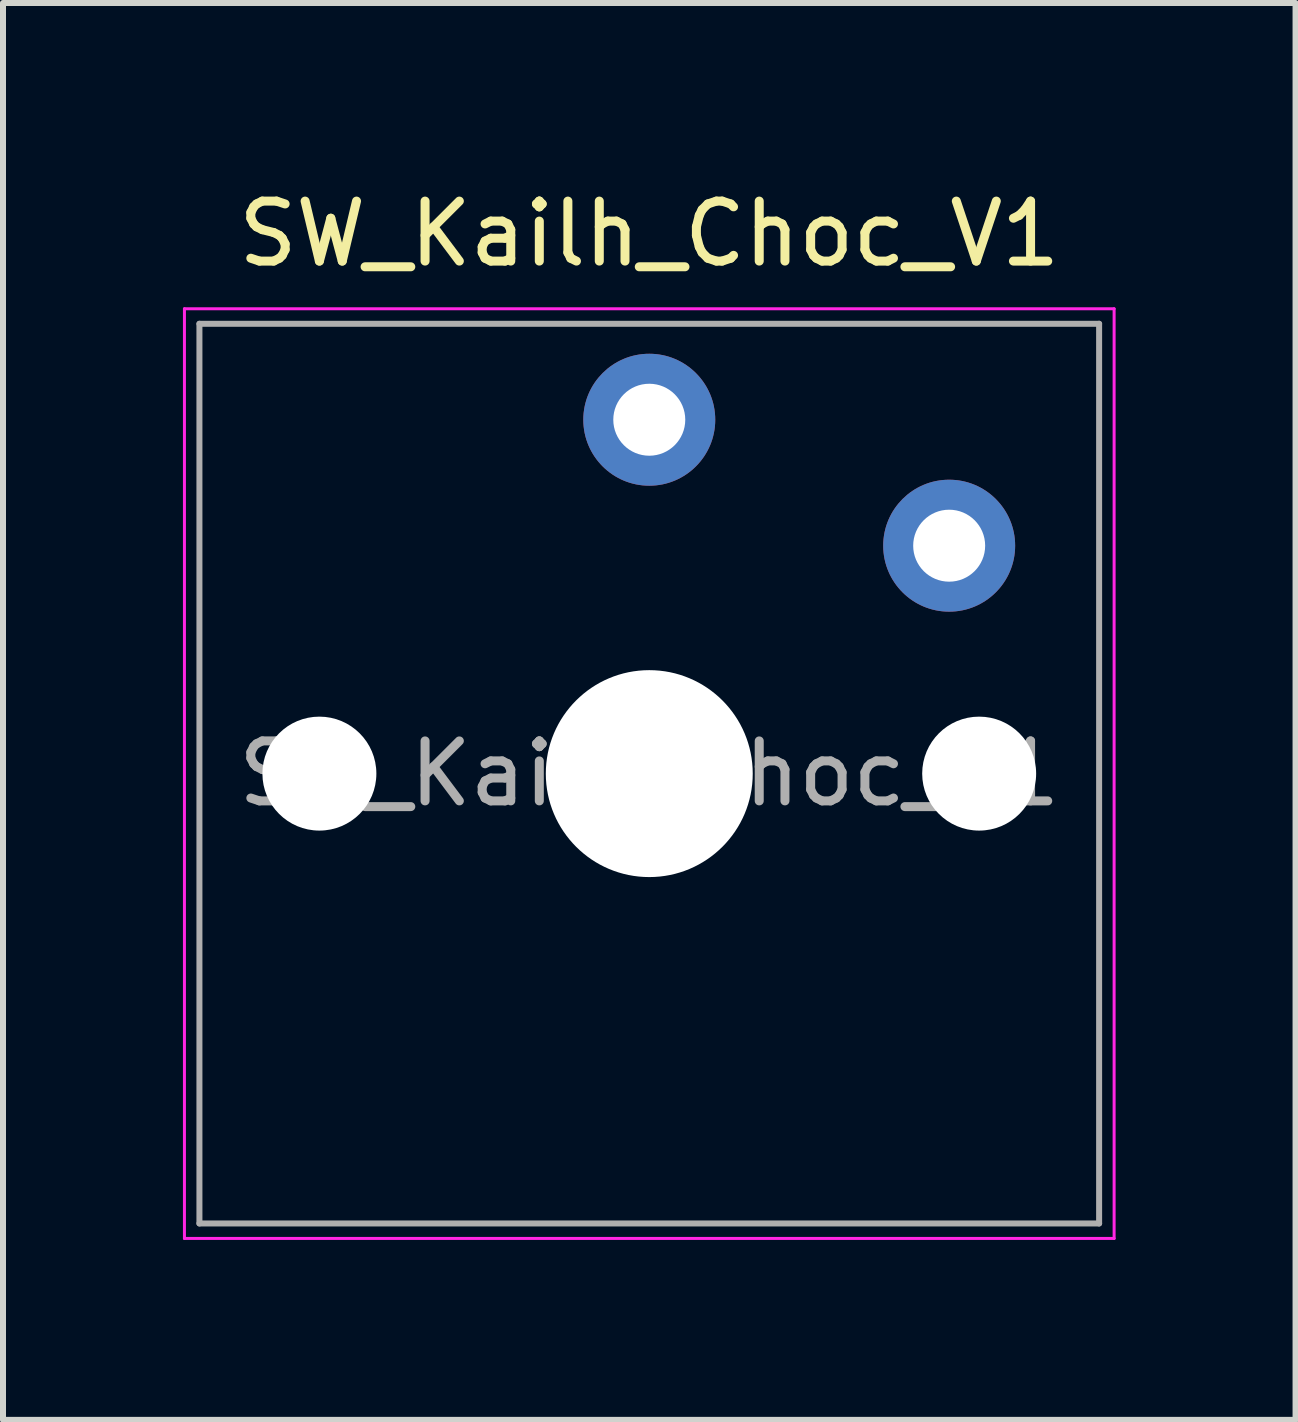
<source format=kicad_pcb>
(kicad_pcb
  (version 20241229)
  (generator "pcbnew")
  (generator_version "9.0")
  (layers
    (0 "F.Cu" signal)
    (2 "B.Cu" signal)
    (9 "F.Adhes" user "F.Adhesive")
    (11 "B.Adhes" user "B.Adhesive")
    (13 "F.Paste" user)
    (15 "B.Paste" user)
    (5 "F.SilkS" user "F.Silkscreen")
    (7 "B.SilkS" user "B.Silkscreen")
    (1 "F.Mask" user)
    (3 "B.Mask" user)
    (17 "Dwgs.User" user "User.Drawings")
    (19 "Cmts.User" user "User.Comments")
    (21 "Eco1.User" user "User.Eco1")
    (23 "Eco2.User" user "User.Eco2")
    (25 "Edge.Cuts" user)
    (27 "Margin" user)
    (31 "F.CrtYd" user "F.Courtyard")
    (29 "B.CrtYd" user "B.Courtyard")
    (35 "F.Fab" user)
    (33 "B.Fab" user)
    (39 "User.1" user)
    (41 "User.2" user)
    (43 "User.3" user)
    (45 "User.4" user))
  (footprint "SW_Kailh_Choc_V1"
    (layer "F.Cu")
    (at 7.775 9.848)
    (property "Reference" "SW_Kailh_Choc_V1" (at 0 -9 0) (layer "F.SilkS") (effects (font (size 1 1) (thickness 0.15))))
    (attr through_hole)
    (fp_line (start -7.25 -7.25) (end -7.25 7.25) (stroke (width 0.1) (type solid)) (layer "Eco1.User"))
    (fp_line (start -7.25 7.25) (end 7.25 7.25) (stroke (width 0.1) (type solid)) (layer "Eco1.User"))
    (fp_line (start 7.25 -7.25) (end -7.25 -7.25) (stroke (width 0.1) (type solid)) (layer "Eco1.User"))
    (fp_line (start 7.25 7.25) (end 7.25 -7.25) (stroke (width 0.1) (type solid)) (layer "Eco1.User"))
    (fp_line (start -7.75 -7.75) (end -7.75 7.75) (stroke (width 0.05) (type solid)) (layer "F.CrtYd"))
    (fp_line (start -7.75 7.75) (end 7.75 7.75) (stroke (width 0.05) (type solid)) (layer "F.CrtYd"))
    (fp_line (start 7.75 -7.75) (end -7.75 -7.75) (stroke (width 0.05) (type solid)) (layer "F.CrtYd"))
    (fp_line (start 7.75 7.75) (end 7.75 -7.75) (stroke (width 0.05) (type solid)) (layer "F.CrtYd"))
    (fp_line (start -7.5 -7.5) (end -7.5 7.5) (stroke (width 0.1) (type solid)) (layer "F.Fab"))
    (fp_line (start -7.5 7.5) (end 7.5 7.5) (stroke (width 0.1) (type solid)) (layer "F.Fab"))
    (fp_line (start 7.5 -7.5) (end -7.5 -7.5) (stroke (width 0.1) (type solid)) (layer "F.Fab"))
    (fp_line (start 7.5 7.5) (end 7.5 -7.5) (stroke (width 0.1) (type solid)) (layer "F.Fab"))
    (fp_text user "${REFERENCE}" (at 0 0 0) (layer "F.Fab") (effects (font (size 1 1) (thickness 0.15))))
    (pad "" np_thru_hole circle (at -5.5 0) (size 1.9 1.9) (drill 1.9) (layers "*.Cu" "*.Mask"))
    (pad "" smd circle (at 0 -5.9) (size 1.25 1.25) (layers "F.Mask"))
    (pad "" np_thru_hole circle (at 0 0) (size 3.45 3.45) (drill 3.45) (layers "*.Cu" "*.Mask"))
    (pad "" smd circle (at 5 -3.8) (size 1.25 1.25) (layers "F.Mask"))
    (pad "" np_thru_hole circle (at 5.5 0) (size 1.9 1.9) (drill 1.9) (layers "*.Cu" "*.Mask"))
    (pad "1" thru_hole circle (at 0 -5.9) (size 2.2 2.2) (drill 1.2) (layers "*.Cu" "B.Mask"))
    (pad "2" thru_hole circle (at 5 -3.8) (size 2.2 2.2) (drill 1.2) (layers "*.Cu" "B.Mask")))
  (gr_rect
    (start -3 -3)
    (end 18.55 20.623)
    (stroke (width 0.1) (type default))
    (fill no)
    (layer "Edge.Cuts")))
</source>
